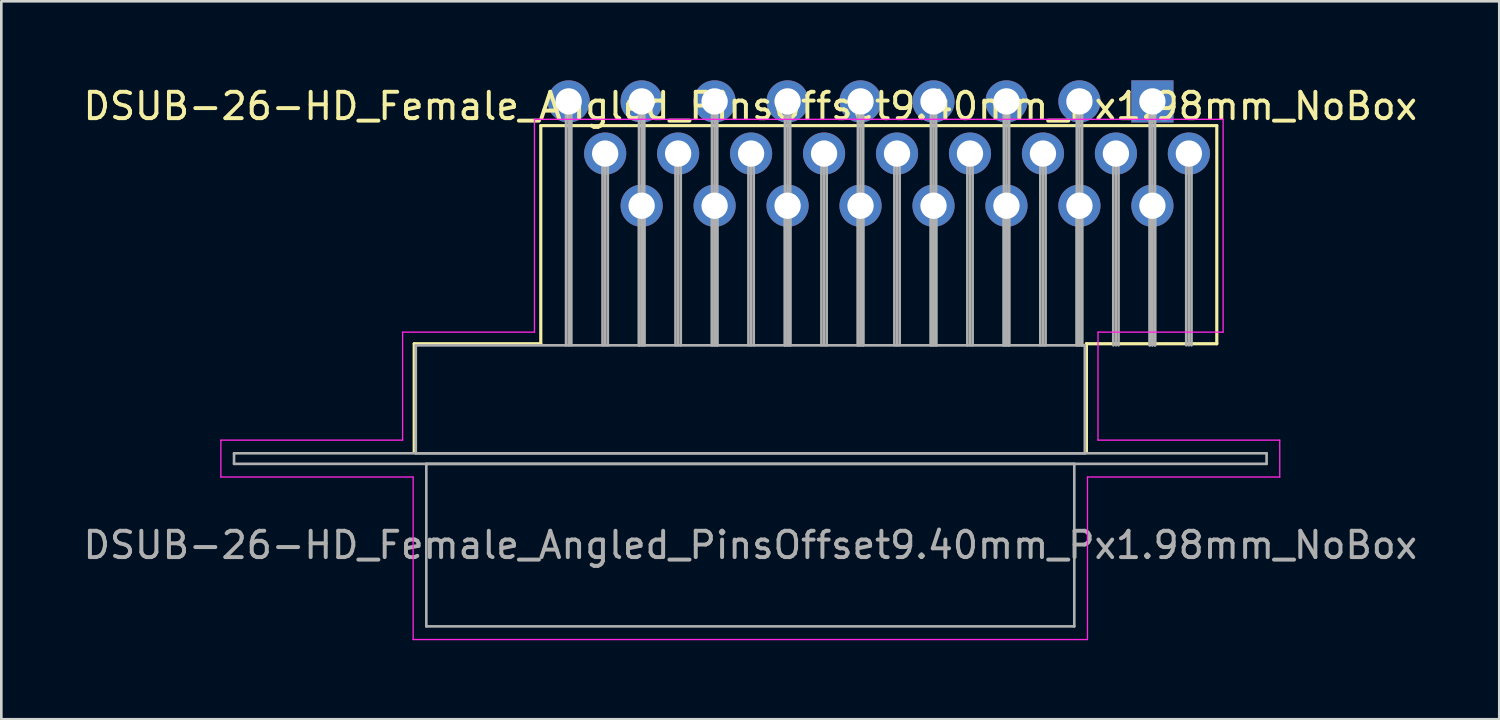
<source format=kicad_pcb>
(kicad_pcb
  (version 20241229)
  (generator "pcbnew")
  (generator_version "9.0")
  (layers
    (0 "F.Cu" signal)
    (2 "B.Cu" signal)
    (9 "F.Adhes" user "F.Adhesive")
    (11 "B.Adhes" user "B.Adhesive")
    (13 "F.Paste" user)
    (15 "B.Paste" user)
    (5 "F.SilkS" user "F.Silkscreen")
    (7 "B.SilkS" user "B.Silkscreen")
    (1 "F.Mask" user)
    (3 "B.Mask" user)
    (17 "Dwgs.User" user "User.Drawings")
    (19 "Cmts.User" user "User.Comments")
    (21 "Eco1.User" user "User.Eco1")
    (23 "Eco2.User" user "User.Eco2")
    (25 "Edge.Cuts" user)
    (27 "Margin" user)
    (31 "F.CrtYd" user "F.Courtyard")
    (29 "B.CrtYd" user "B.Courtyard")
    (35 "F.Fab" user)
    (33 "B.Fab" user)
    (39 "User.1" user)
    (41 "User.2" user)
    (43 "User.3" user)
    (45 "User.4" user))
  (footprint "DSUB-26-HD_Female_Angled_PinsOffset9.40mm_Px1.98mm_NoBox"
    (layer "F.Cu")
    (at 40.7 0.8)
    (property "Reference" "DSUB-26-HD_Female_Angled_PinsOffset9.40mm_Px1.98mm_NoBox" (at -15.265 0.18 0) (layer "F.SilkS") (effects (font (size 1 1) (thickness 0.15))))
    (attr through_hole)
    (fp_line (start -28.025 9.2) (end -23.22 9.2) (stroke (width 0.12) (type solid)) (layer "F.SilkS"))
    (fp_line (start -28.025 13.3) (end -28.025 9.2) (stroke (width 0.12) (type solid)) (layer "F.SilkS"))
    (fp_line (start -23.22 0.92) (end 2.445 0.92) (stroke (width 0.12) (type solid)) (layer "F.SilkS"))
    (fp_line (start -23.22 9.2) (end -23.22 0.92) (stroke (width 0.12) (type solid)) (layer "F.SilkS"))
    (fp_line (start -2.505 9.2) (end -2.505 13.3) (stroke (width 0.12) (type solid)) (layer "F.SilkS"))
    (fp_line (start -0.25 0.226) (end 0.25 0.226) (stroke (width 0.12) (type solid)) (layer "F.SilkS"))
    (fp_line (start 0 0.659) (end -0.25 0.226) (stroke (width 0.12) (type solid)) (layer "F.SilkS"))
    (fp_line (start 0.25 0.226) (end 0 0.659) (stroke (width 0.12) (type solid)) (layer "F.SilkS"))
    (fp_line (start 2.445 0.92) (end 2.445 9.2) (stroke (width 0.12) (type solid)) (layer "F.SilkS"))
    (fp_line (start 2.445 9.2) (end -2.505 9.2) (stroke (width 0.12) (type solid)) (layer "F.SilkS"))
    (fp_line (start -35.365 12.86) (end -28.465 12.86) (stroke (width 0.05) (type solid)) (layer "F.CrtYd"))
    (fp_line (start -35.365 14.26) (end -35.365 12.86) (stroke (width 0.05) (type solid)) (layer "F.CrtYd"))
    (fp_line (start -28.465 8.76) (end -23.46 8.76) (stroke (width 0.05) (type solid)) (layer "F.CrtYd"))
    (fp_line (start -28.465 12.86) (end -28.465 8.76) (stroke (width 0.05) (type solid)) (layer "F.CrtYd"))
    (fp_line (start -28.065 14.26) (end -35.365 14.26) (stroke (width 0.05) (type solid)) (layer "F.CrtYd"))
    (fp_line (start -28.065 20.43) (end -28.065 14.26) (stroke (width 0.05) (type solid)) (layer "F.CrtYd"))
    (fp_line (start -23.46 0.68) (end 2.685 0.68) (stroke (width 0.05) (type solid)) (layer "F.CrtYd"))
    (fp_line (start -23.46 8.76) (end -23.46 0.68) (stroke (width 0.05) (type solid)) (layer "F.CrtYd"))
    (fp_line (start -2.465 14.26) (end -2.465 20.43) (stroke (width 0.05) (type solid)) (layer "F.CrtYd"))
    (fp_line (start -2.465 20.43) (end -28.065 20.43) (stroke (width 0.05) (type solid)) (layer "F.CrtYd"))
    (fp_line (start -2.065 8.76) (end -2.065 12.86) (stroke (width 0.05) (type solid)) (layer "F.CrtYd"))
    (fp_line (start -2.065 12.86) (end 4.835 12.86) (stroke (width 0.05) (type solid)) (layer "F.CrtYd"))
    (fp_line (start 2.685 0.68) (end 2.685 8.76) (stroke (width 0.05) (type solid)) (layer "F.CrtYd"))
    (fp_line (start 2.685 8.76) (end -2.065 8.76) (stroke (width 0.05) (type solid)) (layer "F.CrtYd"))
    (fp_line (start 4.835 12.86) (end 4.835 14.26) (stroke (width 0.05) (type solid)) (layer "F.CrtYd"))
    (fp_line (start 4.835 14.26) (end -2.465 14.26) (stroke (width 0.05) (type solid)) (layer "F.CrtYd"))
    (fp_line (start -34.865 13.36) (end -34.865 13.76) (stroke (width 0.1) (type solid)) (layer "F.Fab"))
    (fp_line (start -34.865 13.76) (end 4.335 13.76) (stroke (width 0.1) (type solid)) (layer "F.Fab"))
    (fp_line (start -27.965 9.26) (end -27.965 13.36) (stroke (width 0.1) (type solid)) (layer "F.Fab"))
    (fp_line (start -27.965 13.36) (end -2.565 13.36) (stroke (width 0.1) (type solid)) (layer "F.Fab"))
    (fp_line (start -27.565 13.76) (end -27.565 19.93) (stroke (width 0.1) (type solid)) (layer "F.Fab"))
    (fp_line (start -27.565 19.93) (end -2.965 19.93) (stroke (width 0.1) (type solid)) (layer "F.Fab"))
    (fp_line (start -22.26 0) (end -22.26 9.26) (stroke (width 0.1) (type solid)) (layer "F.Fab"))
    (fp_line (start -22.16 0) (end -22.16 9.26) (stroke (width 0.1) (type solid)) (layer "F.Fab"))
    (fp_line (start -22.06 0) (end -22.06 9.26) (stroke (width 0.1) (type solid)) (layer "F.Fab"))
    (fp_line (start -20.875 1.98) (end -20.875 9.26) (stroke (width 0.1) (type solid)) (layer "F.Fab"))
    (fp_line (start -20.775 1.98) (end -20.775 9.26) (stroke (width 0.1) (type solid)) (layer "F.Fab"))
    (fp_line (start -20.675 1.98) (end -20.675 9.26) (stroke (width 0.1) (type solid)) (layer "F.Fab"))
    (fp_line (start -19.49 0) (end -19.49 9.26) (stroke (width 0.1) (type solid)) (layer "F.Fab"))
    (fp_line (start -19.49 3.96) (end -19.49 9.26) (stroke (width 0.1) (type solid)) (layer "F.Fab"))
    (fp_line (start -19.39 0) (end -19.39 9.26) (stroke (width 0.1) (type solid)) (layer "F.Fab"))
    (fp_line (start -19.39 3.96) (end -19.39 9.26) (stroke (width 0.1) (type solid)) (layer "F.Fab"))
    (fp_line (start -19.29 0) (end -19.29 9.26) (stroke (width 0.1) (type solid)) (layer "F.Fab"))
    (fp_line (start -19.29 3.96) (end -19.29 9.26) (stroke (width 0.1) (type solid)) (layer "F.Fab"))
    (fp_line (start -18.105 1.98) (end -18.105 9.26) (stroke (width 0.1) (type solid)) (layer "F.Fab"))
    (fp_line (start -18.005 1.98) (end -18.005 9.26) (stroke (width 0.1) (type solid)) (layer "F.Fab"))
    (fp_line (start -17.905 1.98) (end -17.905 9.26) (stroke (width 0.1) (type solid)) (layer "F.Fab"))
    (fp_line (start -16.72 0) (end -16.72 9.26) (stroke (width 0.1) (type solid)) (layer "F.Fab"))
    (fp_line (start -16.72 3.96) (end -16.72 9.26) (stroke (width 0.1) (type solid)) (layer "F.Fab"))
    (fp_line (start -16.62 0) (end -16.62 9.26) (stroke (width 0.1) (type solid)) (layer "F.Fab"))
    (fp_line (start -16.62 3.96) (end -16.62 9.26) (stroke (width 0.1) (type solid)) (layer "F.Fab"))
    (fp_line (start -16.52 0) (end -16.52 9.26) (stroke (width 0.1) (type solid)) (layer "F.Fab"))
    (fp_line (start -16.52 3.96) (end -16.52 9.26) (stroke (width 0.1) (type solid)) (layer "F.Fab"))
    (fp_line (start -15.335 1.98) (end -15.335 9.26) (stroke (width 0.1) (type solid)) (layer "F.Fab"))
    (fp_line (start -15.235 1.98) (end -15.235 9.26) (stroke (width 0.1) (type solid)) (layer "F.Fab"))
    (fp_line (start -15.135 1.98) (end -15.135 9.26) (stroke (width 0.1) (type solid)) (layer "F.Fab"))
    (fp_line (start -13.95 0) (end -13.95 9.26) (stroke (width 0.1) (type solid)) (layer "F.Fab"))
    (fp_line (start -13.95 3.96) (end -13.95 9.26) (stroke (width 0.1) (type solid)) (layer "F.Fab"))
    (fp_line (start -13.85 0) (end -13.85 9.26) (stroke (width 0.1) (type solid)) (layer "F.Fab"))
    (fp_line (start -13.85 3.96) (end -13.85 9.26) (stroke (width 0.1) (type solid)) (layer "F.Fab"))
    (fp_line (start -13.75 0) (end -13.75 9.26) (stroke (width 0.1) (type solid)) (layer "F.Fab"))
    (fp_line (start -13.75 3.96) (end -13.75 9.26) (stroke (width 0.1) (type solid)) (layer "F.Fab"))
    (fp_line (start -12.565 1.98) (end -12.565 9.26) (stroke (width 0.1) (type solid)) (layer "F.Fab"))
    (fp_line (start -12.465 1.98) (end -12.465 9.26) (stroke (width 0.1) (type solid)) (layer "F.Fab"))
    (fp_line (start -12.365 1.98) (end -12.365 9.26) (stroke (width 0.1) (type solid)) (layer "F.Fab"))
    (fp_line (start -11.18 0) (end -11.18 9.26) (stroke (width 0.1) (type solid)) (layer "F.Fab"))
    (fp_line (start -11.18 3.96) (end -11.18 9.26) (stroke (width 0.1) (type solid)) (layer "F.Fab"))
    (fp_line (start -11.08 0) (end -11.08 9.26) (stroke (width 0.1) (type solid)) (layer "F.Fab"))
    (fp_line (start -11.08 3.96) (end -11.08 9.26) (stroke (width 0.1) (type solid)) (layer "F.Fab"))
    (fp_line (start -10.98 0) (end -10.98 9.26) (stroke (width 0.1) (type solid)) (layer "F.Fab"))
    (fp_line (start -10.98 3.96) (end -10.98 9.26) (stroke (width 0.1) (type solid)) (layer "F.Fab"))
    (fp_line (start -9.795 1.98) (end -9.795 9.26) (stroke (width 0.1) (type solid)) (layer "F.Fab"))
    (fp_line (start -9.695 1.98) (end -9.695 9.26) (stroke (width 0.1) (type solid)) (layer "F.Fab"))
    (fp_line (start -9.595 1.98) (end -9.595 9.26) (stroke (width 0.1) (type solid)) (layer "F.Fab"))
    (fp_line (start -8.41 0) (end -8.41 9.26) (stroke (width 0.1) (type solid)) (layer "F.Fab"))
    (fp_line (start -8.41 3.96) (end -8.41 9.26) (stroke (width 0.1) (type solid)) (layer "F.Fab"))
    (fp_line (start -8.31 0) (end -8.31 9.26) (stroke (width 0.1) (type solid)) (layer "F.Fab"))
    (fp_line (start -8.31 3.96) (end -8.31 9.26) (stroke (width 0.1) (type solid)) (layer "F.Fab"))
    (fp_line (start -8.21 0) (end -8.21 9.26) (stroke (width 0.1) (type solid)) (layer "F.Fab"))
    (fp_line (start -8.21 3.96) (end -8.21 9.26) (stroke (width 0.1) (type solid)) (layer "F.Fab"))
    (fp_line (start -7.025 1.98) (end -7.025 9.26) (stroke (width 0.1) (type solid)) (layer "F.Fab"))
    (fp_line (start -6.925 1.98) (end -6.925 9.26) (stroke (width 0.1) (type solid)) (layer "F.Fab"))
    (fp_line (start -6.825 1.98) (end -6.825 9.26) (stroke (width 0.1) (type solid)) (layer "F.Fab"))
    (fp_line (start -5.64 0) (end -5.64 9.26) (stroke (width 0.1) (type solid)) (layer "F.Fab"))
    (fp_line (start -5.64 3.96) (end -5.64 9.26) (stroke (width 0.1) (type solid)) (layer "F.Fab"))
    (fp_line (start -5.54 0) (end -5.54 9.26) (stroke (width 0.1) (type solid)) (layer "F.Fab"))
    (fp_line (start -5.54 3.96) (end -5.54 9.26) (stroke (width 0.1) (type solid)) (layer "F.Fab"))
    (fp_line (start -5.44 0) (end -5.44 9.26) (stroke (width 0.1) (type solid)) (layer "F.Fab"))
    (fp_line (start -5.44 3.96) (end -5.44 9.26) (stroke (width 0.1) (type solid)) (layer "F.Fab"))
    (fp_line (start -4.255 1.98) (end -4.255 9.26) (stroke (width 0.1) (type solid)) (layer "F.Fab"))
    (fp_line (start -4.155 1.98) (end -4.155 9.26) (stroke (width 0.1) (type solid)) (layer "F.Fab"))
    (fp_line (start -4.055 1.98) (end -4.055 9.26) (stroke (width 0.1) (type solid)) (layer "F.Fab"))
    (fp_line (start -2.965 13.76) (end -27.565 13.76) (stroke (width 0.1) (type solid)) (layer "F.Fab"))
    (fp_line (start -2.965 19.93) (end -2.965 13.76) (stroke (width 0.1) (type solid)) (layer "F.Fab"))
    (fp_line (start -2.87 0) (end -2.87 9.26) (stroke (width 0.1) (type solid)) (layer "F.Fab"))
    (fp_line (start -2.87 3.96) (end -2.87 9.26) (stroke (width 0.1) (type solid)) (layer "F.Fab"))
    (fp_line (start -2.77 0) (end -2.77 9.26) (stroke (width 0.1) (type solid)) (layer "F.Fab"))
    (fp_line (start -2.77 3.96) (end -2.77 9.26) (stroke (width 0.1) (type solid)) (layer "F.Fab"))
    (fp_line (start -2.67 0) (end -2.67 9.26) (stroke (width 0.1) (type solid)) (layer "F.Fab"))
    (fp_line (start -2.67 3.96) (end -2.67 9.26) (stroke (width 0.1) (type solid)) (layer "F.Fab"))
    (fp_line (start -2.565 9.26) (end -27.965 9.26) (stroke (width 0.1) (type solid)) (layer "F.Fab"))
    (fp_line (start -2.565 13.36) (end -2.565 9.26) (stroke (width 0.1) (type solid)) (layer "F.Fab"))
    (fp_line (start -1.485 1.98) (end -1.485 9.26) (stroke (width 0.1) (type solid)) (layer "F.Fab"))
    (fp_line (start -1.385 1.98) (end -1.385 9.26) (stroke (width 0.1) (type solid)) (layer "F.Fab"))
    (fp_line (start -1.285 1.98) (end -1.285 9.26) (stroke (width 0.1) (type solid)) (layer "F.Fab"))
    (fp_line (start -0.1 0) (end -0.1 9.26) (stroke (width 0.1) (type solid)) (layer "F.Fab"))
    (fp_line (start -0.1 3.96) (end -0.1 9.26) (stroke (width 0.1) (type solid)) (layer "F.Fab"))
    (fp_line (start 0 0) (end 0 9.26) (stroke (width 0.1) (type solid)) (layer "F.Fab"))
    (fp_line (start 0 3.96) (end 0 9.26) (stroke (width 0.1) (type solid)) (layer "F.Fab"))
    (fp_line (start 0.1 0) (end 0.1 9.26) (stroke (width 0.1) (type solid)) (layer "F.Fab"))
    (fp_line (start 0.1 3.96) (end 0.1 9.26) (stroke (width 0.1) (type solid)) (layer "F.Fab"))
    (fp_line (start 1.285 1.98) (end 1.285 9.26) (stroke (width 0.1) (type solid)) (layer "F.Fab"))
    (fp_line (start 1.385 1.98) (end 1.385 9.26) (stroke (width 0.1) (type solid)) (layer "F.Fab"))
    (fp_line (start 1.485 1.98) (end 1.485 9.26) (stroke (width 0.1) (type solid)) (layer "F.Fab"))
    (fp_line (start 4.335 13.36) (end -34.865 13.36) (stroke (width 0.1) (type solid)) (layer "F.Fab"))
    (fp_line (start 4.335 13.76) (end 4.335 13.36) (stroke (width 0.1) (type solid)) (layer "F.Fab"))
    (fp_text user "${REFERENCE}" (at -15.265 16.845 0) (layer "F.Fab") (effects (font (size 1 1) (thickness 0.15))))
    (pad "1" thru_hole rect (at 0 0) (size 1.6 1.6) (drill 1) (layers "*.Cu" "*.Mask"))
    (pad "2" thru_hole circle (at -2.77 0) (size 1.6 1.6) (drill 1) (layers "*.Cu" "*.Mask"))
    (pad "3" thru_hole circle (at -5.54 0) (size 1.6 1.6) (drill 1) (layers "*.Cu" "*.Mask"))
    (pad "4" thru_hole circle (at -8.31 0) (size 1.6 1.6) (drill 1) (layers "*.Cu" "*.Mask"))
    (pad "5" thru_hole circle (at -11.08 0) (size 1.6 1.6) (drill 1) (layers "*.Cu" "*.Mask"))
    (pad "6" thru_hole circle (at -13.85 0) (size 1.6 1.6) (drill 1) (layers "*.Cu" "*.Mask"))
    (pad "7" thru_hole circle (at -16.62 0) (size 1.6 1.6) (drill 1) (layers "*.Cu" "*.Mask"))
    (pad "8" thru_hole circle (at -19.39 0) (size 1.6 1.6) (drill 1) (layers "*.Cu" "*.Mask"))
    (pad "9" thru_hole circle (at -22.16 0) (size 1.6 1.6) (drill 1) (layers "*.Cu" "*.Mask"))
    (pad "10" thru_hole circle (at 1.385 1.98) (size 1.6 1.6) (drill 1) (layers "*.Cu" "*.Mask"))
    (pad "11" thru_hole circle (at -1.385 1.98) (size 1.6 1.6) (drill 1) (layers "*.Cu" "*.Mask"))
    (pad "12" thru_hole circle (at -4.155 1.98) (size 1.6 1.6) (drill 1) (layers "*.Cu" "*.Mask"))
    (pad "13" thru_hole circle (at -6.925 1.98) (size 1.6 1.6) (drill 1) (layers "*.Cu" "*.Mask"))
    (pad "14" thru_hole circle (at -9.695 1.98) (size 1.6 1.6) (drill 1) (layers "*.Cu" "*.Mask"))
    (pad "15" thru_hole circle (at -12.465 1.98) (size 1.6 1.6) (drill 1) (layers "*.Cu" "*.Mask"))
    (pad "16" thru_hole circle (at -15.235 1.98) (size 1.6 1.6) (drill 1) (layers "*.Cu" "*.Mask"))
    (pad "17" thru_hole circle (at -18.005 1.98) (size 1.6 1.6) (drill 1) (layers "*.Cu" "*.Mask"))
    (pad "18" thru_hole circle (at -20.775 1.98) (size 1.6 1.6) (drill 1) (layers "*.Cu" "*.Mask"))
    (pad "19" thru_hole circle (at 0 3.96) (size 1.6 1.6) (drill 1) (layers "*.Cu" "*.Mask"))
    (pad "20" thru_hole circle (at -2.77 3.96) (size 1.6 1.6) (drill 1) (layers "*.Cu" "*.Mask"))
    (pad "21" thru_hole circle (at -5.54 3.96) (size 1.6 1.6) (drill 1) (layers "*.Cu" "*.Mask"))
    (pad "22" thru_hole circle (at -8.31 3.96) (size 1.6 1.6) (drill 1) (layers "*.Cu" "*.Mask"))
    (pad "23" thru_hole circle (at -11.08 3.96) (size 1.6 1.6) (drill 1) (layers "*.Cu" "*.Mask"))
    (pad "24" thru_hole circle (at -13.85 3.96) (size 1.6 1.6) (drill 1) (layers "*.Cu" "*.Mask"))
    (pad "25" thru_hole circle (at -16.62 3.96) (size 1.6 1.6) (drill 1) (layers "*.Cu" "*.Mask"))
    (pad "26" thru_hole circle (at -19.39 3.96) (size 1.6 1.6) (drill 1) (layers "*.Cu" "*.Mask")))
  (gr_rect
    (start -3 -3)
    (end 53.869 24.255)
    (stroke (width 0.1) (type default))
    (fill no)
    (layer "Edge.Cuts")))
</source>
